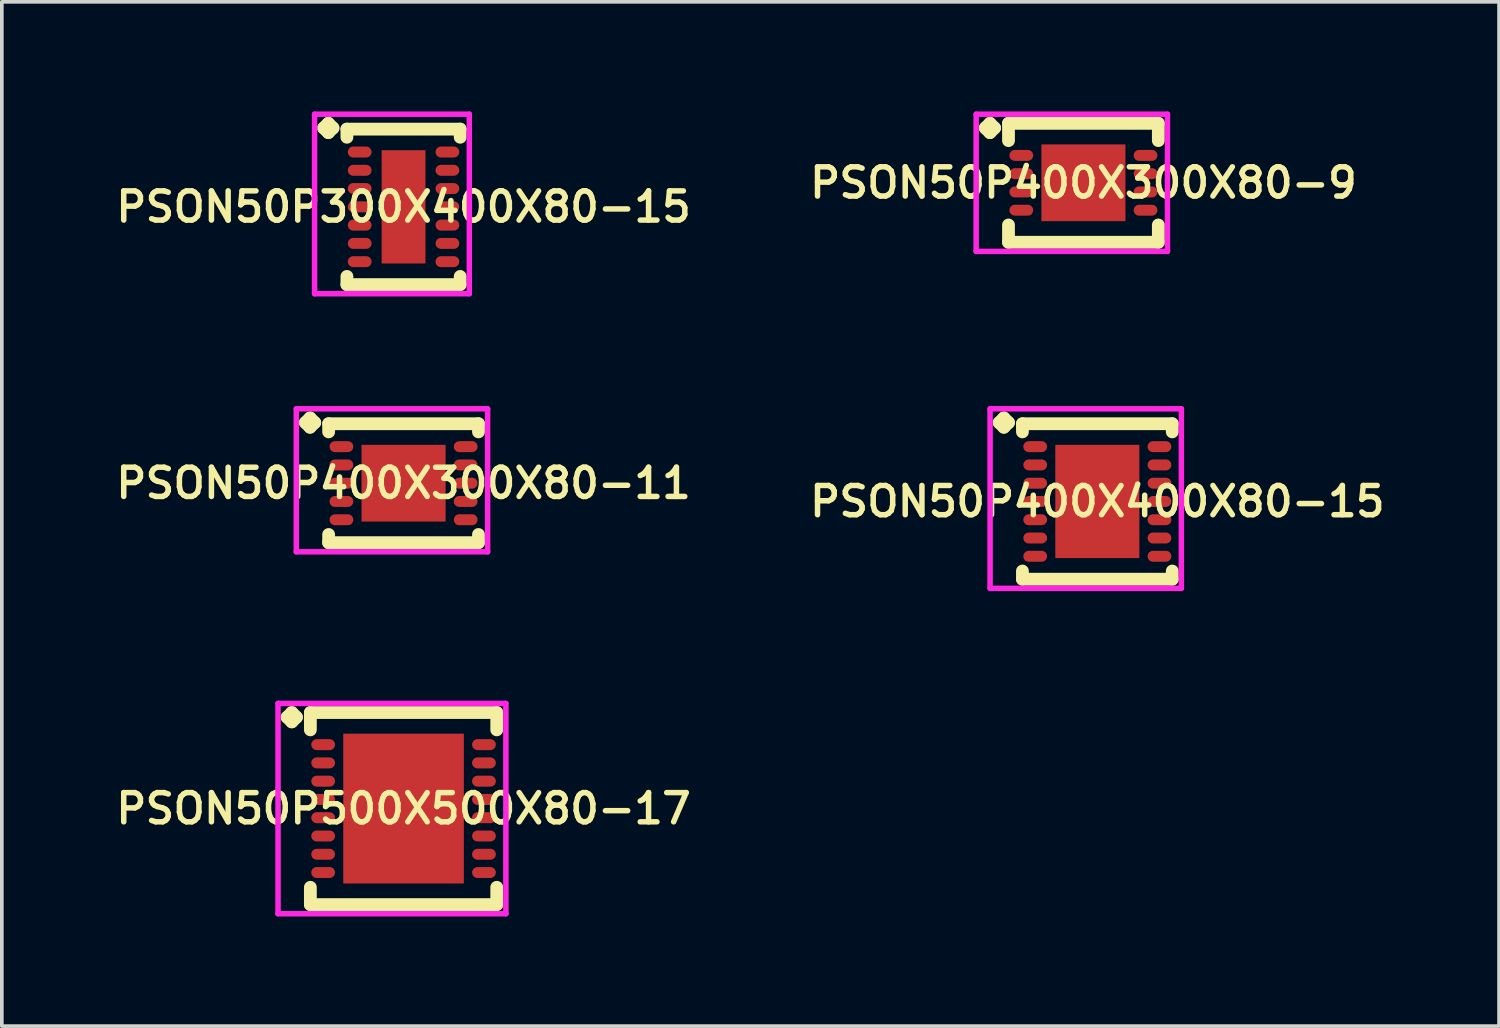
<source format=kicad_pcb>
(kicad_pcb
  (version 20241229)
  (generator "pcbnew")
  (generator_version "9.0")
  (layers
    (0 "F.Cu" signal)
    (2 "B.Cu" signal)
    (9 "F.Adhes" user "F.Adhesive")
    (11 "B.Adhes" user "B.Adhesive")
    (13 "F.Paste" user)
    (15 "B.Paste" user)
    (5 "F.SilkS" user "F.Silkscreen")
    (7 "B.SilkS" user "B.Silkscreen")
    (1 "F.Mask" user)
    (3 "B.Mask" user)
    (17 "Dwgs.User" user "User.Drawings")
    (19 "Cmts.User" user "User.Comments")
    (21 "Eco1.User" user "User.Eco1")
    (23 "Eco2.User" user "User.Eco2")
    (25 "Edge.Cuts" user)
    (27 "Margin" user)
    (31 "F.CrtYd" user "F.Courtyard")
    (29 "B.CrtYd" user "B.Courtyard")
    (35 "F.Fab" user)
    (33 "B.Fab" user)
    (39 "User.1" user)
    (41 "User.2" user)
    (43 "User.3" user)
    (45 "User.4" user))
  (footprint "PSON50P400X400X80-15"
    (layer "F.Cu")
    (at 26.978 10.672)
    (property "Reference" "PSON50P400X400X80-15" (at 0 0 0) (layer "F.SilkS") (effects (font (size 0.8 0.8) (thickness 0.15))))
    (attr smd)
    (fp_line (start -2.685 -2.158) (end -2.558 -2.285) (stroke (width 0.35) (type solid)) (layer "F.SilkS"))
    (fp_line (start -2.558 -2.285) (end -2.431 -2.158) (stroke (width 0.35) (type solid)) (layer "F.SilkS"))
    (fp_line (start -2.558 -2.031) (end -2.685 -2.158) (stroke (width 0.35) (type solid)) (layer "F.SilkS"))
    (fp_line (start -2.431 -2.158) (end -2.558 -2.031) (stroke (width 0.35) (type solid)) (layer "F.SilkS"))
    (fp_line (start -2.05 -2.127) (end 2.05 -2.127) (stroke (width 0.35) (type solid)) (layer "F.SilkS"))
    (fp_line (start -2.05 -1.904) (end -2.05 -2.127) (stroke (width 0.35) (type solid)) (layer "F.SilkS"))
    (fp_line (start -2.05 1.904) (end -2.05 2.127) (stroke (width 0.35) (type solid)) (layer "F.SilkS"))
    (fp_line (start -2.05 2.127) (end 2.05 2.127) (stroke (width 0.35) (type solid)) (layer "F.SilkS"))
    (fp_line (start 2.05 -2.127) (end 2.05 -1.904) (stroke (width 0.35) (type solid)) (layer "F.SilkS"))
    (fp_line (start 2.05 2.127) (end 2.05 1.904) (stroke (width 0.35) (type solid)) (layer "F.SilkS"))
    (fp_line (start -2.935 -2.535) (end 2.3 -2.535) (stroke (width 0.15) (type solid)) (layer "F.CrtYd"))
    (fp_line (start -2.935 2.377) (end -2.935 -2.535) (stroke (width 0.15) (type solid)) (layer "F.CrtYd"))
    (fp_line (start 2.3 -2.535) (end 2.3 2.377) (stroke (width 0.15) (type solid)) (layer "F.CrtYd"))
    (fp_line (start 2.3 2.377) (end -2.935 2.377) (stroke (width 0.15) (type solid)) (layer "F.CrtYd"))
    (pad "1" smd oval (at -1.7 -1.5) (size 0.65 0.3) (layers "F.Cu" "F.Mask" "F.Paste"))
    (pad "2" smd oval (at -1.7 -1) (size 0.65 0.3) (layers "F.Cu" "F.Mask" "F.Paste"))
    (pad "3" smd oval (at -1.7 -0.5) (size 0.65 0.3) (layers "F.Cu" "F.Mask" "F.Paste"))
    (pad "4" smd oval (at -1.7 0) (size 0.65 0.3) (layers "F.Cu" "F.Mask" "F.Paste"))
    (pad "5" smd oval (at -1.7 0.5) (size 0.65 0.3) (layers "F.Cu" "F.Mask" "F.Paste"))
    (pad "6" smd oval (at -1.7 1) (size 0.65 0.3) (layers "F.Cu" "F.Mask" "F.Paste"))
    (pad "7" smd oval (at -1.7 1.5) (size 0.65 0.3) (layers "F.Cu" "F.Mask" "F.Paste"))
    (pad "8" smd oval (at 1.7 1.5) (size 0.65 0.3) (layers "F.Cu" "F.Mask" "F.Paste"))
    (pad "9" smd oval (at 1.7 1) (size 0.65 0.3) (layers "F.Cu" "F.Mask" "F.Paste"))
    (pad "10" smd oval (at 1.7 0.5) (size 0.65 0.3) (layers "F.Cu" "F.Mask" "F.Paste"))
    (pad "11" smd oval (at 1.7 0) (size 0.65 0.3) (layers "F.Cu" "F.Mask" "F.Paste"))
    (pad "12" smd oval (at 1.7 -0.5) (size 0.65 0.3) (layers "F.Cu" "F.Mask" "F.Paste"))
    (pad "13" smd oval (at 1.7 -1) (size 0.65 0.3) (layers "F.Cu" "F.Mask" "F.Paste"))
    (pad "14" smd oval (at 1.7 -1.5) (size 0.65 0.3) (layers "F.Cu" "F.Mask" "F.Paste"))
    (pad "15" smd rect (at 0 0) (size 2.3 3.1) (layers "F.Cu" "F.Mask" "F.Paste")))
  (footprint "PSON50P400X300X80-11"
    (layer "F.Cu")
    (at 7.993 10.172)
    (property "Reference" "PSON50P400X300X80-11" (at 0 0 0) (layer "F.SilkS") (effects (font (size 0.8 0.8) (thickness 0.15))))
    (attr through_hole)
    (fp_line (start -2.685 -1.658) (end -2.558 -1.785) (stroke (width 0.35) (type solid)) (layer "F.SilkS"))
    (fp_line (start -2.558 -1.785) (end -2.431 -1.658) (stroke (width 0.35) (type solid)) (layer "F.SilkS"))
    (fp_line (start -2.558 -1.531) (end -2.685 -1.658) (stroke (width 0.35) (type solid)) (layer "F.SilkS"))
    (fp_line (start -2.431 -1.658) (end -2.558 -1.531) (stroke (width 0.35) (type solid)) (layer "F.SilkS"))
    (fp_line (start -2.05 -1.627) (end 2.05 -1.627) (stroke (width 0.35) (type solid)) (layer "F.SilkS"))
    (fp_line (start -2.05 -1.404) (end -2.05 -1.627) (stroke (width 0.35) (type solid)) (layer "F.SilkS"))
    (fp_line (start -2.05 1.404) (end -2.05 1.627) (stroke (width 0.35) (type solid)) (layer "F.SilkS"))
    (fp_line (start -2.05 1.627) (end 2.05 1.627) (stroke (width 0.35) (type solid)) (layer "F.SilkS"))
    (fp_line (start 2.05 -1.627) (end 2.05 -1.404) (stroke (width 0.35) (type solid)) (layer "F.SilkS"))
    (fp_line (start 2.05 1.627) (end 2.05 1.404) (stroke (width 0.35) (type solid)) (layer "F.SilkS"))
    (fp_line (start -2.935 -2.035) (end 2.3 -2.035) (stroke (width 0.15) (type solid)) (layer "F.CrtYd"))
    (fp_line (start -2.935 1.877) (end -2.935 -2.035) (stroke (width 0.15) (type solid)) (layer "F.CrtYd"))
    (fp_line (start 2.3 -2.035) (end 2.3 1.877) (stroke (width 0.15) (type solid)) (layer "F.CrtYd"))
    (fp_line (start 2.3 1.877) (end -2.935 1.877) (stroke (width 0.15) (type solid)) (layer "F.CrtYd"))
    (pad "1" smd oval (at -1.7 -1) (size 0.65 0.3) (layers "F.Cu" "F.Mask" "F.Paste"))
    (pad "2" smd oval (at -1.7 -0.5) (size 0.65 0.3) (layers "F.Cu" "F.Mask" "F.Paste"))
    (pad "3" smd oval (at -1.7 0) (size 0.65 0.3) (layers "F.Cu" "F.Mask" "F.Paste"))
    (pad "4" smd oval (at -1.7 0.5) (size 0.65 0.3) (layers "F.Cu" "F.Mask" "F.Paste"))
    (pad "5" smd oval (at -1.7 1) (size 0.65 0.3) (layers "F.Cu" "F.Mask" "F.Paste"))
    (pad "6" smd oval (at 1.7 1) (size 0.65 0.3) (layers "F.Cu" "F.Mask" "F.Paste"))
    (pad "7" smd oval (at 1.7 0.5) (size 0.65 0.3) (layers "F.Cu" "F.Mask" "F.Paste"))
    (pad "8" smd oval (at 1.7 0) (size 0.65 0.3) (layers "F.Cu" "F.Mask" "F.Paste"))
    (pad "9" smd oval (at 1.7 -0.5) (size 0.65 0.3) (layers "F.Cu" "F.Mask" "F.Paste"))
    (pad "10" smd oval (at 1.7 -1) (size 0.65 0.3) (layers "F.Cu" "F.Mask" "F.Paste"))
    (pad "11" smd rect (at 0 0) (size 2.3 2.1) (layers "F.Cu" "F.Mask" "F.Paste")))
  (footprint "PSON50P500X500X80-17"
    (layer "F.Cu")
    (at 7.993 19.076)
    (property "Reference" "PSON50P500X500X80-17" (at 0 0 0) (layer "F.SilkS") (effects (font (size 0.8 0.8) (thickness 0.15))))
    (attr smd)
    (fp_line (start -3.185 -2.5) (end -3.058 -2.627) (stroke (width 0.35) (type solid)) (layer "F.SilkS"))
    (fp_line (start -3.058 -2.627) (end -2.931 -2.5) (stroke (width 0.35) (type solid)) (layer "F.SilkS"))
    (fp_line (start -3.058 -2.373) (end -3.185 -2.5) (stroke (width 0.35) (type solid)) (layer "F.SilkS"))
    (fp_line (start -2.931 -2.5) (end -3.058 -2.373) (stroke (width 0.35) (type solid)) (layer "F.SilkS"))
    (fp_line (start -2.55 -2.627) (end 2.55 -2.627) (stroke (width 0.35) (type solid)) (layer "F.SilkS"))
    (fp_line (start -2.55 -2.154) (end -2.55 -2.627) (stroke (width 0.35) (type solid)) (layer "F.SilkS"))
    (fp_line (start -2.55 2.154) (end -2.55 2.627) (stroke (width 0.35) (type solid)) (layer "F.SilkS"))
    (fp_line (start -2.55 2.627) (end 2.55 2.627) (stroke (width 0.35) (type solid)) (layer "F.SilkS"))
    (fp_line (start 2.55 -2.627) (end 2.55 -2.154) (stroke (width 0.35) (type solid)) (layer "F.SilkS"))
    (fp_line (start 2.55 2.627) (end 2.55 2.154) (stroke (width 0.35) (type solid)) (layer "F.SilkS"))
    (fp_line (start -3.435 -2.877) (end 2.8 -2.877) (stroke (width 0.15) (type solid)) (layer "F.CrtYd"))
    (fp_line (start -3.435 2.877) (end -3.435 -2.877) (stroke (width 0.15) (type solid)) (layer "F.CrtYd"))
    (fp_line (start 2.8 -2.877) (end 2.8 2.877) (stroke (width 0.15) (type solid)) (layer "F.CrtYd"))
    (fp_line (start 2.8 2.877) (end -3.435 2.877) (stroke (width 0.15) (type solid)) (layer "F.CrtYd"))
    (pad "1" smd oval (at -2.2 -1.75) (size 0.65 0.3) (layers "F.Cu" "F.Mask" "F.Paste"))
    (pad "2" smd oval (at -2.2 -1.25) (size 0.65 0.3) (layers "F.Cu" "F.Mask" "F.Paste"))
    (pad "3" smd oval (at -2.2 -0.75) (size 0.65 0.3) (layers "F.Cu" "F.Mask" "F.Paste"))
    (pad "4" smd oval (at -2.2 -0.25) (size 0.65 0.3) (layers "F.Cu" "F.Mask" "F.Paste"))
    (pad "5" smd oval (at -2.2 0.25) (size 0.65 0.3) (layers "F.Cu" "F.Mask" "F.Paste"))
    (pad "6" smd oval (at -2.2 0.75) (size 0.65 0.3) (layers "F.Cu" "F.Mask" "F.Paste"))
    (pad "7" smd oval (at -2.2 1.25) (size 0.65 0.3) (layers "F.Cu" "F.Mask" "F.Paste"))
    (pad "8" smd oval (at -2.2 1.75) (size 0.65 0.3) (layers "F.Cu" "F.Mask" "F.Paste"))
    (pad "9" smd oval (at 2.2 1.75) (size 0.65 0.3) (layers "F.Cu" "F.Mask" "F.Paste"))
    (pad "10" smd oval (at 2.2 1.25) (size 0.65 0.3) (layers "F.Cu" "F.Mask" "F.Paste"))
    (pad "11" smd oval (at 2.2 0.75) (size 0.65 0.3) (layers "F.Cu" "F.Mask" "F.Paste"))
    (pad "12" smd oval (at 2.2 0.25) (size 0.65 0.3) (layers "F.Cu" "F.Mask" "F.Paste"))
    (pad "13" smd oval (at 2.2 -0.25) (size 0.65 0.3) (layers "F.Cu" "F.Mask" "F.Paste"))
    (pad "14" smd oval (at 2.2 -0.75) (size 0.65 0.3) (layers "F.Cu" "F.Mask" "F.Paste"))
    (pad "15" smd oval (at 2.2 -1.25) (size 0.65 0.3) (layers "F.Cu" "F.Mask" "F.Paste"))
    (pad "16" smd oval (at 2.2 -1.75) (size 0.65 0.3) (layers "F.Cu" "F.Mask" "F.Paste"))
    (pad "17" smd rect (at 0 0) (size 3.3 4.1) (layers "F.Cu" "F.Mask" "F.Paste")))
  (footprint "PSON50P300X400X80-15"
    (layer "F.Cu")
    (at 7.993 2.61)
    (property "Reference" "PSON50P300X400X80-15" (at 0 0 0) (layer "F.SilkS") (effects (font (size 0.8 0.8) (thickness 0.15))))
    (attr smd)
    (fp_line (start -2.185 -2.158) (end -2.058 -2.285) (stroke (width 0.35) (type solid)) (layer "F.SilkS"))
    (fp_line (start -2.058 -2.285) (end -1.931 -2.158) (stroke (width 0.35) (type solid)) (layer "F.SilkS"))
    (fp_line (start -2.058 -2.031) (end -2.185 -2.158) (stroke (width 0.35) (type solid)) (layer "F.SilkS"))
    (fp_line (start -1.931 -2.158) (end -2.058 -2.031) (stroke (width 0.35) (type solid)) (layer "F.SilkS"))
    (fp_line (start -1.55 -2.127) (end 1.55 -2.127) (stroke (width 0.35) (type solid)) (layer "F.SilkS"))
    (fp_line (start -1.55 -1.904) (end -1.55 -2.127) (stroke (width 0.35) (type solid)) (layer "F.SilkS"))
    (fp_line (start -1.55 1.904) (end -1.55 2.127) (stroke (width 0.35) (type solid)) (layer "F.SilkS"))
    (fp_line (start -1.55 2.127) (end 1.55 2.127) (stroke (width 0.35) (type solid)) (layer "F.SilkS"))
    (fp_line (start 1.55 -2.127) (end 1.55 -1.904) (stroke (width 0.35) (type solid)) (layer "F.SilkS"))
    (fp_line (start 1.55 2.127) (end 1.55 1.904) (stroke (width 0.35) (type solid)) (layer "F.SilkS"))
    (fp_line (start -2.435 -2.535) (end 1.8 -2.535) (stroke (width 0.15) (type solid)) (layer "F.CrtYd"))
    (fp_line (start -2.435 2.377) (end -2.435 -2.535) (stroke (width 0.15) (type solid)) (layer "F.CrtYd"))
    (fp_line (start 1.8 -2.535) (end 1.8 2.377) (stroke (width 0.15) (type solid)) (layer "F.CrtYd"))
    (fp_line (start 1.8 2.377) (end -2.435 2.377) (stroke (width 0.15) (type solid)) (layer "F.CrtYd"))
    (pad "1" smd oval (at -1.2 -1.5) (size 0.65 0.3) (layers "F.Cu" "F.Mask" "F.Paste"))
    (pad "2" smd oval (at -1.2 -1) (size 0.65 0.3) (layers "F.Cu" "F.Mask" "F.Paste"))
    (pad "3" smd oval (at -1.2 -0.5) (size 0.65 0.3) (layers "F.Cu" "F.Mask" "F.Paste"))
    (pad "4" smd oval (at -1.2 0) (size 0.65 0.3) (layers "F.Cu" "F.Mask" "F.Paste"))
    (pad "5" smd oval (at -1.2 0.5) (size 0.65 0.3) (layers "F.Cu" "F.Mask" "F.Paste"))
    (pad "6" smd oval (at -1.2 1) (size 0.65 0.3) (layers "F.Cu" "F.Mask" "F.Paste"))
    (pad "7" smd oval (at -1.2 1.5) (size 0.65 0.3) (layers "F.Cu" "F.Mask" "F.Paste"))
    (pad "8" smd oval (at 1.2 1.5) (size 0.65 0.3) (layers "F.Cu" "F.Mask" "F.Paste"))
    (pad "9" smd oval (at 1.2 1) (size 0.65 0.3) (layers "F.Cu" "F.Mask" "F.Paste"))
    (pad "10" smd oval (at 1.2 0.5) (size 0.65 0.3) (layers "F.Cu" "F.Mask" "F.Paste"))
    (pad "11" smd oval (at 1.2 0) (size 0.65 0.3) (layers "F.Cu" "F.Mask" "F.Paste"))
    (pad "12" smd oval (at 1.2 -0.5) (size 0.65 0.3) (layers "F.Cu" "F.Mask" "F.Paste"))
    (pad "13" smd oval (at 1.2 -1) (size 0.65 0.3) (layers "F.Cu" "F.Mask" "F.Paste"))
    (pad "14" smd oval (at 1.2 -1.5) (size 0.65 0.3) (layers "F.Cu" "F.Mask" "F.Paste"))
    (pad "15" smd rect (at 0 0) (size 1.2 3.1) (layers "F.Cu" "F.Mask" "F.Paste")))
  (footprint "PSON50P400X300X80-9"
    (layer "F.Cu")
    (at 26.597 1.952)
    (property "Reference" "PSON50P400X300X80-9" (at 0 0 0) (layer "F.SilkS") (effects (font (size 0.8 0.8) (thickness 0.15))))
    (attr smd)
    (fp_line (start -2.685 -1.5) (end -2.558 -1.627) (stroke (width 0.35) (type solid)) (layer "F.SilkS"))
    (fp_line (start -2.558 -1.627) (end -2.431 -1.5) (stroke (width 0.35) (type solid)) (layer "F.SilkS"))
    (fp_line (start -2.558 -1.373) (end -2.685 -1.5) (stroke (width 0.35) (type solid)) (layer "F.SilkS"))
    (fp_line (start -2.431 -1.5) (end -2.558 -1.373) (stroke (width 0.35) (type solid)) (layer "F.SilkS"))
    (fp_line (start -2.05 -1.627) (end 2.05 -1.627) (stroke (width 0.35) (type solid)) (layer "F.SilkS"))
    (fp_line (start -2.05 -1.154) (end -2.05 -1.627) (stroke (width 0.35) (type solid)) (layer "F.SilkS"))
    (fp_line (start -2.05 1.154) (end -2.05 1.627) (stroke (width 0.35) (type solid)) (layer "F.SilkS"))
    (fp_line (start -2.05 1.627) (end 2.05 1.627) (stroke (width 0.35) (type solid)) (layer "F.SilkS"))
    (fp_line (start 2.05 -1.627) (end 2.05 -1.154) (stroke (width 0.35) (type solid)) (layer "F.SilkS"))
    (fp_line (start 2.05 1.627) (end 2.05 1.154) (stroke (width 0.35) (type solid)) (layer "F.SilkS"))
    (fp_line (start -2.935 -1.877) (end 2.3 -1.877) (stroke (width 0.15) (type solid)) (layer "F.CrtYd"))
    (fp_line (start -2.935 1.877) (end -2.935 -1.877) (stroke (width 0.15) (type solid)) (layer "F.CrtYd"))
    (fp_line (start 2.3 -1.877) (end 2.3 1.877) (stroke (width 0.15) (type solid)) (layer "F.CrtYd"))
    (fp_line (start 2.3 1.877) (end -2.935 1.877) (stroke (width 0.15) (type solid)) (layer "F.CrtYd"))
    (pad "1" smd oval (at -1.7 -0.75) (size 0.65 0.3) (layers "F.Cu" "F.Mask" "F.Paste"))
    (pad "2" smd oval (at -1.7 -0.25) (size 0.65 0.3) (layers "F.Cu" "F.Mask" "F.Paste"))
    (pad "3" smd oval (at -1.7 0.25) (size 0.65 0.3) (layers "F.Cu" "F.Mask" "F.Paste"))
    (pad "4" smd oval (at -1.7 0.75) (size 0.65 0.3) (layers "F.Cu" "F.Mask" "F.Paste"))
    (pad "5" smd oval (at 1.7 0.75) (size 0.65 0.3) (layers "F.Cu" "F.Mask" "F.Paste"))
    (pad "6" smd oval (at 1.7 0.25) (size 0.65 0.3) (layers "F.Cu" "F.Mask" "F.Paste"))
    (pad "7" smd oval (at 1.7 -0.25) (size 0.65 0.3) (layers "F.Cu" "F.Mask" "F.Paste"))
    (pad "8" smd oval (at 1.7 -0.75) (size 0.65 0.3) (layers "F.Cu" "F.Mask" "F.Paste"))
    (pad "9" smd rect (at 0 0) (size 2.3 2.1) (layers "F.Cu" "F.Mask" "F.Paste")))
  (gr_rect
    (start -3 -3)
    (end 37.97 25.028)
    (stroke (width 0.1) (type default))
    (fill no)
    (layer "Edge.Cuts")))
</source>
